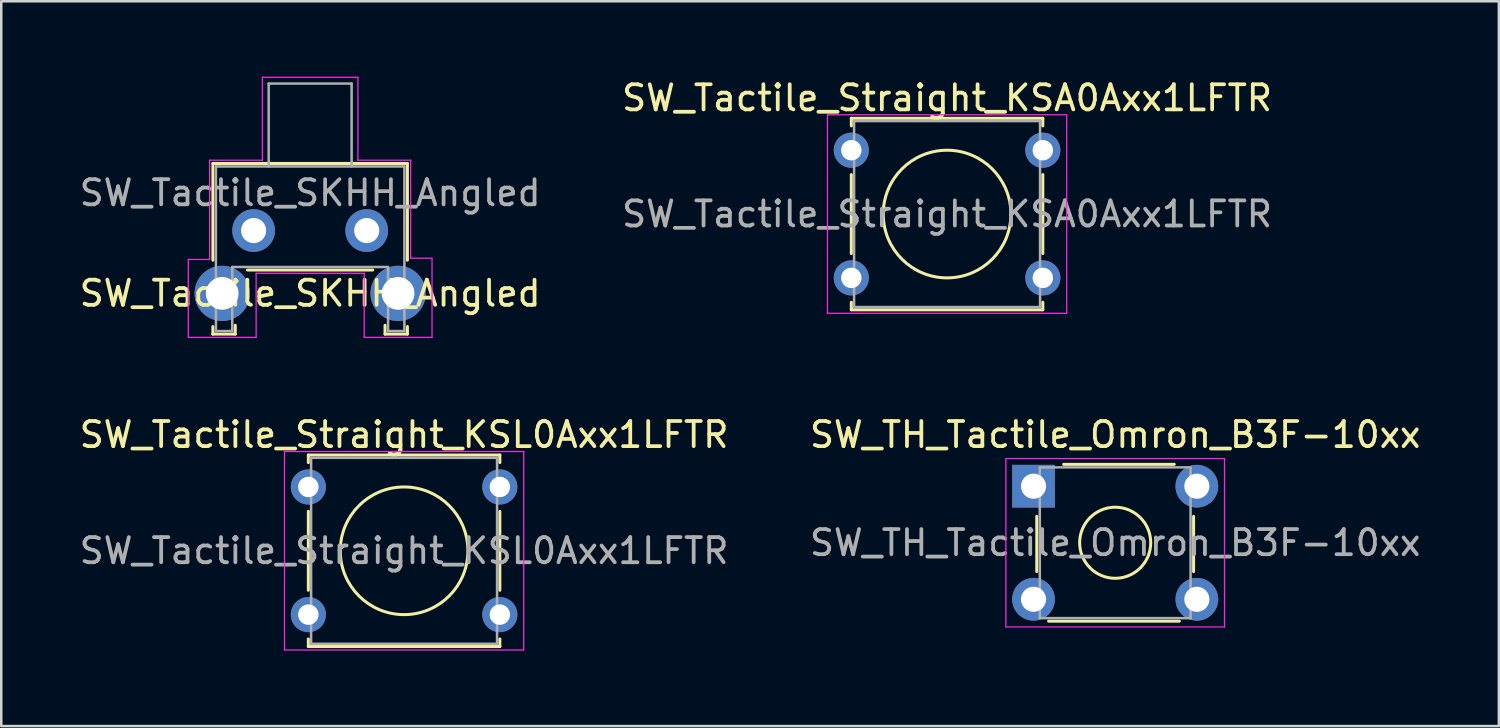
<source format=kicad_pcb>
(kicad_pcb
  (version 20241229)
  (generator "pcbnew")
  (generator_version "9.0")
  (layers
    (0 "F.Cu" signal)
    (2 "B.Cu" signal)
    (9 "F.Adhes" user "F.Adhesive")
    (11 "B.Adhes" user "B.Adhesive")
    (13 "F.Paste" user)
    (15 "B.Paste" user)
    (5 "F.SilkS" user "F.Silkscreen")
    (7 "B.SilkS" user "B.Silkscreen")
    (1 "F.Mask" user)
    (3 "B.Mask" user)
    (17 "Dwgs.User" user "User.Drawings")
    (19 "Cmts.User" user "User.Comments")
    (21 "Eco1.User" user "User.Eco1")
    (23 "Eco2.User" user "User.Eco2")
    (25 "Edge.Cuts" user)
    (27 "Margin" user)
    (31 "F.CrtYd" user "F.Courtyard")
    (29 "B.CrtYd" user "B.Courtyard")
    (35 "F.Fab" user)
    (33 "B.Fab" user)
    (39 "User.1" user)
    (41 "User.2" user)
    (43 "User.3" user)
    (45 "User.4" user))
  (footprint "SW_Tactile_Straight_KSL0Axx1LFTR"
    (layer "F.Cu")
    (at 9.22 16.328)
    (property "Reference" "SW_Tactile_Straight_KSL0Axx1LFTR" (at 3.81 -2.08 0) (layer "F.SilkS") (effects (font (size 1 1) (thickness 0.15))))
    (attr through_hole)
    (fp_line (start 0 -1.27) (end 0 -0.97) (stroke (width 0.12) (type solid)) (layer "F.SilkS"))
    (fp_line (start 0 -1.27) (end 7.62 -1.27) (stroke (width 0.12) (type solid)) (layer "F.SilkS"))
    (fp_line (start 0 0.97) (end 0 4.11) (stroke (width 0.12) (type solid)) (layer "F.SilkS"))
    (fp_line (start 0 6.05) (end 0 6.35) (stroke (width 0.12) (type solid)) (layer "F.SilkS"))
    (fp_line (start 7.62 -1.27) (end 7.62 -0.97) (stroke (width 0.12) (type solid)) (layer "F.SilkS"))
    (fp_line (start 7.62 0.97) (end 7.62 4.11) (stroke (width 0.12) (type solid)) (layer "F.SilkS"))
    (fp_line (start 7.62 6.05) (end 7.62 6.35) (stroke (width 0.12) (type solid)) (layer "F.SilkS"))
    (fp_line (start 7.62 6.35) (end 0 6.35) (stroke (width 0.12) (type solid)) (layer "F.SilkS"))
    (fp_circle (center 3.81 2.54) (end 3.81 0) (stroke (width 0.12) (type solid)) (fill no) (layer "F.SilkS"))
    (fp_line (start -0.95 -1.41) (end -0.95 6.49) (stroke (width 0.05) (type solid)) (layer "F.CrtYd"))
    (fp_line (start -0.95 -1.41) (end 8.57 -1.41) (stroke (width 0.05) (type solid)) (layer "F.CrtYd"))
    (fp_line (start 8.57 6.49) (end -0.95 6.49) (stroke (width 0.05) (type solid)) (layer "F.CrtYd"))
    (fp_line (start 8.57 6.49) (end 8.57 -1.41) (stroke (width 0.05) (type solid)) (layer "F.CrtYd"))
    (fp_line (start 0.11 -1.16) (end 7.51 -1.16) (stroke (width 0.1) (type solid)) (layer "F.Fab"))
    (fp_line (start 0.11 6.24) (end 0.11 -1.16) (stroke (width 0.1) (type solid)) (layer "F.Fab"))
    (fp_line (start 7.51 -1.16) (end 7.51 6.24) (stroke (width 0.1) (type solid)) (layer "F.Fab"))
    (fp_line (start 7.51 6.24) (end 0.11 6.24) (stroke (width 0.1) (type solid)) (layer "F.Fab"))
    (fp_text user "${REFERENCE}" (at 3.81 2.54 0) (layer "F.Fab") (effects (font (size 1 1) (thickness 0.15))))
    (pad "1" thru_hole circle (at 0 0) (size 1.397 1.397) (drill 0.813) (layers "*.Cu" "*.Mask"))
    (pad "1" thru_hole circle (at 7.62 0) (size 1.397 1.397) (drill 0.813) (layers "*.Cu" "*.Mask"))
    (pad "2" thru_hole circle (at 0 5.08) (size 1.397 1.397) (drill 0.813) (layers "*.Cu" "*.Mask"))
    (pad "2" thru_hole circle (at 7.62 5.08) (size 1.397 1.397) (drill 0.813) (layers "*.Cu" "*.Mask")))
  (footprint "SW_Tactile_SKHH_Angled"
    (layer "F.Cu")
    (at 7.042 6.125)
    (property "Reference" "SW_Tactile_SKHH_Angled" (at 2.25 2.5 0) (layer "F.SilkS") (effects (font (size 1 1) (thickness 0.15))))
    (attr through_hole)
    (fp_line (start -1.62 -2.67) (end -1.62 1.18) (stroke (width 0.12) (type solid)) (layer "F.SilkS"))
    (fp_line (start -1.62 3.82) (end -1.62 4.12) (stroke (width 0.12) (type solid)) (layer "F.SilkS"))
    (fp_line (start -0.73 4.12) (end -1.62 4.12) (stroke (width 0.12) (type solid)) (layer "F.SilkS"))
    (fp_line (start -0.73 4.12) (end -0.73 3.77) (stroke (width 0.12) (type solid)) (layer "F.SilkS"))
    (fp_line (start -0.24 1.57) (end 4.74 1.57) (stroke (width 0.12) (type solid)) (layer "F.SilkS"))
    (fp_line (start 5.23 4.12) (end 5.23 3.77) (stroke (width 0.12) (type solid)) (layer "F.SilkS"))
    (fp_line (start 6.12 -2.67) (end -1.62 -2.67) (stroke (width 0.12) (type solid)) (layer "F.SilkS"))
    (fp_line (start 6.12 1.18) (end 6.12 -2.67) (stroke (width 0.12) (type solid)) (layer "F.SilkS"))
    (fp_line (start 6.12 3.82) (end 6.12 4.12) (stroke (width 0.12) (type solid)) (layer "F.SilkS"))
    (fp_line (start 6.12 4.12) (end 5.23 4.12) (stroke (width 0.12) (type solid)) (layer "F.SilkS"))
    (fp_line (start -2.6 1.15) (end -1.75 1.15) (stroke (width 0.05) (type solid)) (layer "F.CrtYd"))
    (fp_line (start -2.6 4.25) (end -2.6 1.15) (stroke (width 0.05) (type solid)) (layer "F.CrtYd"))
    (fp_line (start -1.75 1.15) (end -1.75 -2.8) (stroke (width 0.05) (type solid)) (layer "F.CrtYd"))
    (fp_line (start 0.1 1.7) (end 4.4 1.7) (stroke (width 0.05) (type solid)) (layer "F.CrtYd"))
    (fp_line (start 0.1 4.25) (end -2.6 4.25) (stroke (width 0.05) (type solid)) (layer "F.CrtYd"))
    (fp_line (start 0.1 4.25) (end 0.1 1.7) (stroke (width 0.05) (type solid)) (layer "F.CrtYd"))
    (fp_line (start 0.35 -6.1) (end 0.35 -2.8) (stroke (width 0.05) (type solid)) (layer "F.CrtYd"))
    (fp_line (start 0.35 -2.8) (end -1.75 -2.8) (stroke (width 0.05) (type solid)) (layer "F.CrtYd"))
    (fp_line (start 4.15 -6.1) (end 0.35 -6.1) (stroke (width 0.05) (type solid)) (layer "F.CrtYd"))
    (fp_line (start 4.15 -2.8) (end 4.15 -6.1) (stroke (width 0.05) (type solid)) (layer "F.CrtYd"))
    (fp_line (start 4.4 1.7) (end 4.4 4.25) (stroke (width 0.05) (type solid)) (layer "F.CrtYd"))
    (fp_line (start 4.4 4.25) (end 7.1 4.25) (stroke (width 0.05) (type solid)) (layer "F.CrtYd"))
    (fp_line (start 6.25 -2.8) (end 4.15 -2.8) (stroke (width 0.05) (type solid)) (layer "F.CrtYd"))
    (fp_line (start 6.25 1.1) (end 6.25 -2.8) (stroke (width 0.05) (type solid)) (layer "F.CrtYd"))
    (fp_line (start 7.1 1.1) (end 6.25 1.1) (stroke (width 0.05) (type solid)) (layer "F.CrtYd"))
    (fp_line (start 7.1 4.25) (end 7.1 1.1) (stroke (width 0.05) (type solid)) (layer "F.CrtYd"))
    (fp_line (start -1.5 4) (end -1.5 -2.55) (stroke (width 0.1) (type solid)) (layer "F.Fab"))
    (fp_line (start -0.85 1.45) (end -0.85 4) (stroke (width 0.1) (type solid)) (layer "F.Fab"))
    (fp_line (start -0.85 4) (end -1.5 4) (stroke (width 0.1) (type solid)) (layer "F.Fab"))
    (fp_line (start 0.6 -5.85) (end 3.9 -5.85) (stroke (width 0.1) (type solid)) (layer "F.Fab"))
    (fp_line (start 0.6 -2.55) (end 0.6 -5.85) (stroke (width 0.1) (type solid)) (layer "F.Fab"))
    (fp_line (start 3.9 -2.55) (end 3.9 -5.85) (stroke (width 0.1) (type solid)) (layer "F.Fab"))
    (fp_line (start 5.35 1.45) (end -0.85 1.45) (stroke (width 0.1) (type solid)) (layer "F.Fab"))
    (fp_line (start 5.35 1.45) (end 5.35 4) (stroke (width 0.1) (type solid)) (layer "F.Fab"))
    (fp_line (start 6 -2.55) (end -1.5 -2.55) (stroke (width 0.1) (type solid)) (layer "F.Fab"))
    (fp_line (start 6 -2.55) (end 6 4) (stroke (width 0.1) (type solid)) (layer "F.Fab"))
    (fp_line (start 6 4) (end 5.35 4) (stroke (width 0.1) (type solid)) (layer "F.Fab"))
    (fp_text user "${REFERENCE}" (at 2.25 -1.5 0) (layer "F.Fab") (effects (font (size 1 1) (thickness 0.15))))
    (pad "" thru_hole circle (at -1.25 2.5 180) (size 2.2 2.2) (drill 1.3) (layers "*.Cu" "*.Mask"))
    (pad "" thru_hole circle (at 5.75 2.5 180) (size 2.2 2.2) (drill 1.3) (layers "*.Cu" "*.Mask"))
    (pad "1" thru_hole circle (at 0 0 180) (size 1.7 1.7) (drill 1) (layers "*.Cu" "*.Mask"))
    (pad "2" thru_hole circle (at 4.5 0 180) (size 1.7 1.7) (drill 1) (layers "*.Cu" "*.Mask")))
  (footprint "SW_Tactile_Straight_KSA0Axx1LFTR"
    (layer "F.Cu")
    (at 30.827 2.928)
    (property "Reference" "SW_Tactile_Straight_KSA0Axx1LFTR" (at 3.81 -2.08 0) (layer "F.SilkS") (effects (font (size 1 1) (thickness 0.15))))
    (attr through_hole)
    (fp_line (start 0 -1.27) (end 0 -0.97) (stroke (width 0.12) (type solid)) (layer "F.SilkS"))
    (fp_line (start 0 -1.27) (end 7.62 -1.27) (stroke (width 0.12) (type solid)) (layer "F.SilkS"))
    (fp_line (start 0 0.97) (end 0 4.11) (stroke (width 0.12) (type solid)) (layer "F.SilkS"))
    (fp_line (start 0 6.05) (end 0 6.35) (stroke (width 0.12) (type solid)) (layer "F.SilkS"))
    (fp_line (start 7.62 -1.27) (end 7.62 -0.97) (stroke (width 0.12) (type solid)) (layer "F.SilkS"))
    (fp_line (start 7.62 0.97) (end 7.62 4.11) (stroke (width 0.12) (type solid)) (layer "F.SilkS"))
    (fp_line (start 7.62 6.05) (end 7.62 6.35) (stroke (width 0.12) (type solid)) (layer "F.SilkS"))
    (fp_line (start 7.62 6.35) (end 0 6.35) (stroke (width 0.12) (type solid)) (layer "F.SilkS"))
    (fp_circle (center 3.81 2.54) (end 3.81 0) (stroke (width 0.12) (type solid)) (fill no) (layer "F.SilkS"))
    (fp_line (start -0.95 -1.41) (end -0.95 6.49) (stroke (width 0.05) (type solid)) (layer "F.CrtYd"))
    (fp_line (start -0.95 -1.41) (end 8.57 -1.41) (stroke (width 0.05) (type solid)) (layer "F.CrtYd"))
    (fp_line (start 8.57 6.49) (end -0.95 6.49) (stroke (width 0.05) (type solid)) (layer "F.CrtYd"))
    (fp_line (start 8.57 6.49) (end 8.57 -1.41) (stroke (width 0.05) (type solid)) (layer "F.CrtYd"))
    (fp_line (start 0.11 -1.16) (end 7.51 -1.16) (stroke (width 0.1) (type solid)) (layer "F.Fab"))
    (fp_line (start 0.11 6.24) (end 0.11 -1.16) (stroke (width 0.1) (type solid)) (layer "F.Fab"))
    (fp_line (start 7.51 -1.16) (end 7.51 6.24) (stroke (width 0.1) (type solid)) (layer "F.Fab"))
    (fp_line (start 7.51 6.24) (end 0.11 6.24) (stroke (width 0.1) (type solid)) (layer "F.Fab"))
    (fp_text user "${REFERENCE}" (at 3.81 2.54 0) (layer "F.Fab") (effects (font (size 1 1) (thickness 0.15))))
    (pad "1" thru_hole circle (at 0 0) (size 1.397 1.397) (drill 0.813) (layers "*.Cu" "*.Mask"))
    (pad "1" thru_hole circle (at 7.62 0) (size 1.397 1.397) (drill 0.813) (layers "*.Cu" "*.Mask"))
    (pad "2" thru_hole circle (at 0 5.08) (size 1.397 1.397) (drill 0.813) (layers "*.Cu" "*.Mask"))
    (pad "2" thru_hole circle (at 7.62 5.08) (size 1.397 1.397) (drill 0.813) (layers "*.Cu" "*.Mask")))
  (footprint "SW_TH_Tactile_Omron_B3F-10xx"
    (layer "F.Cu")
    (at 38.077 16.298)
    (property "Reference" "SW_TH_Tactile_Omron_B3F-10xx" (at 3.25 -2.05 0) (layer "F.SilkS") (effects (font (size 1 1) (thickness 0.15))))
    (attr through_hole)
    (fp_line (start 0.13 3.4) (end 0.13 1.2) (stroke (width 0.12) (type solid)) (layer "F.SilkS"))
    (fp_line (start 0.6 5.37) (end 5.8 5.37) (stroke (width 0.12) (type solid)) (layer "F.SilkS"))
    (fp_line (start 1.2 -0.87) (end 5.6 -0.87) (stroke (width 0.12) (type solid)) (layer "F.SilkS"))
    (fp_line (start 6.37 1.2) (end 6.37 3.4) (stroke (width 0.12) (type solid)) (layer "F.SilkS"))
    (fp_circle (center 3.25 2.25) (end 4.25 3.25) (stroke (width 0.12) (type solid)) (fill no) (layer "F.SilkS"))
    (fp_line (start -1.1 -1.1) (end -1.1 5.6) (stroke (width 0.05) (type solid)) (layer "F.CrtYd"))
    (fp_line (start -1.1 -1.1) (end 7.6 -1.1) (stroke (width 0.05) (type solid)) (layer "F.CrtYd"))
    (fp_line (start -1.1 5.6) (end 7.6 5.6) (stroke (width 0.05) (type solid)) (layer "F.CrtYd"))
    (fp_line (start 7.6 5.6) (end 7.6 -1.1) (stroke (width 0.05) (type solid)) (layer "F.CrtYd"))
    (fp_line (start 0.25 -0.75) (end 0.25 5.25) (stroke (width 0.1) (type solid)) (layer "F.Fab"))
    (fp_line (start 0.25 -0.75) (end 6.25 -0.75) (stroke (width 0.1) (type solid)) (layer "F.Fab"))
    (fp_line (start 0.25 5.25) (end 6.25 5.25) (stroke (width 0.1) (type solid)) (layer "F.Fab"))
    (fp_line (start 6.25 -0.75) (end 6.25 5.25) (stroke (width 0.1) (type solid)) (layer "F.Fab"))
    (fp_text user "${REFERENCE}" (at 3.25 2.25 0) (layer "F.Fab") (effects (font (size 1 1) (thickness 0.15))))
    (pad "1" thru_hole rect (at 0 0) (size 1.7 1.7) (drill 1) (layers "*.Cu" "*.Mask"))
    (pad "1" thru_hole circle (at 6.5 0) (size 1.7 1.7) (drill 1) (layers "*.Cu" "*.Mask"))
    (pad "2" thru_hole circle (at 0 4.5) (size 1.7 1.7) (drill 1) (layers "*.Cu" "*.Mask"))
    (pad "2" thru_hole circle (at 6.5 4.5) (size 1.7 1.7) (drill 1) (layers "*.Cu" "*.Mask")))
  (gr_rect
    (start -3 -3)
    (end 56.595 25.843)
    (stroke (width 0.1) (type default))
    (fill no)
    (layer "Edge.Cuts")))
</source>
